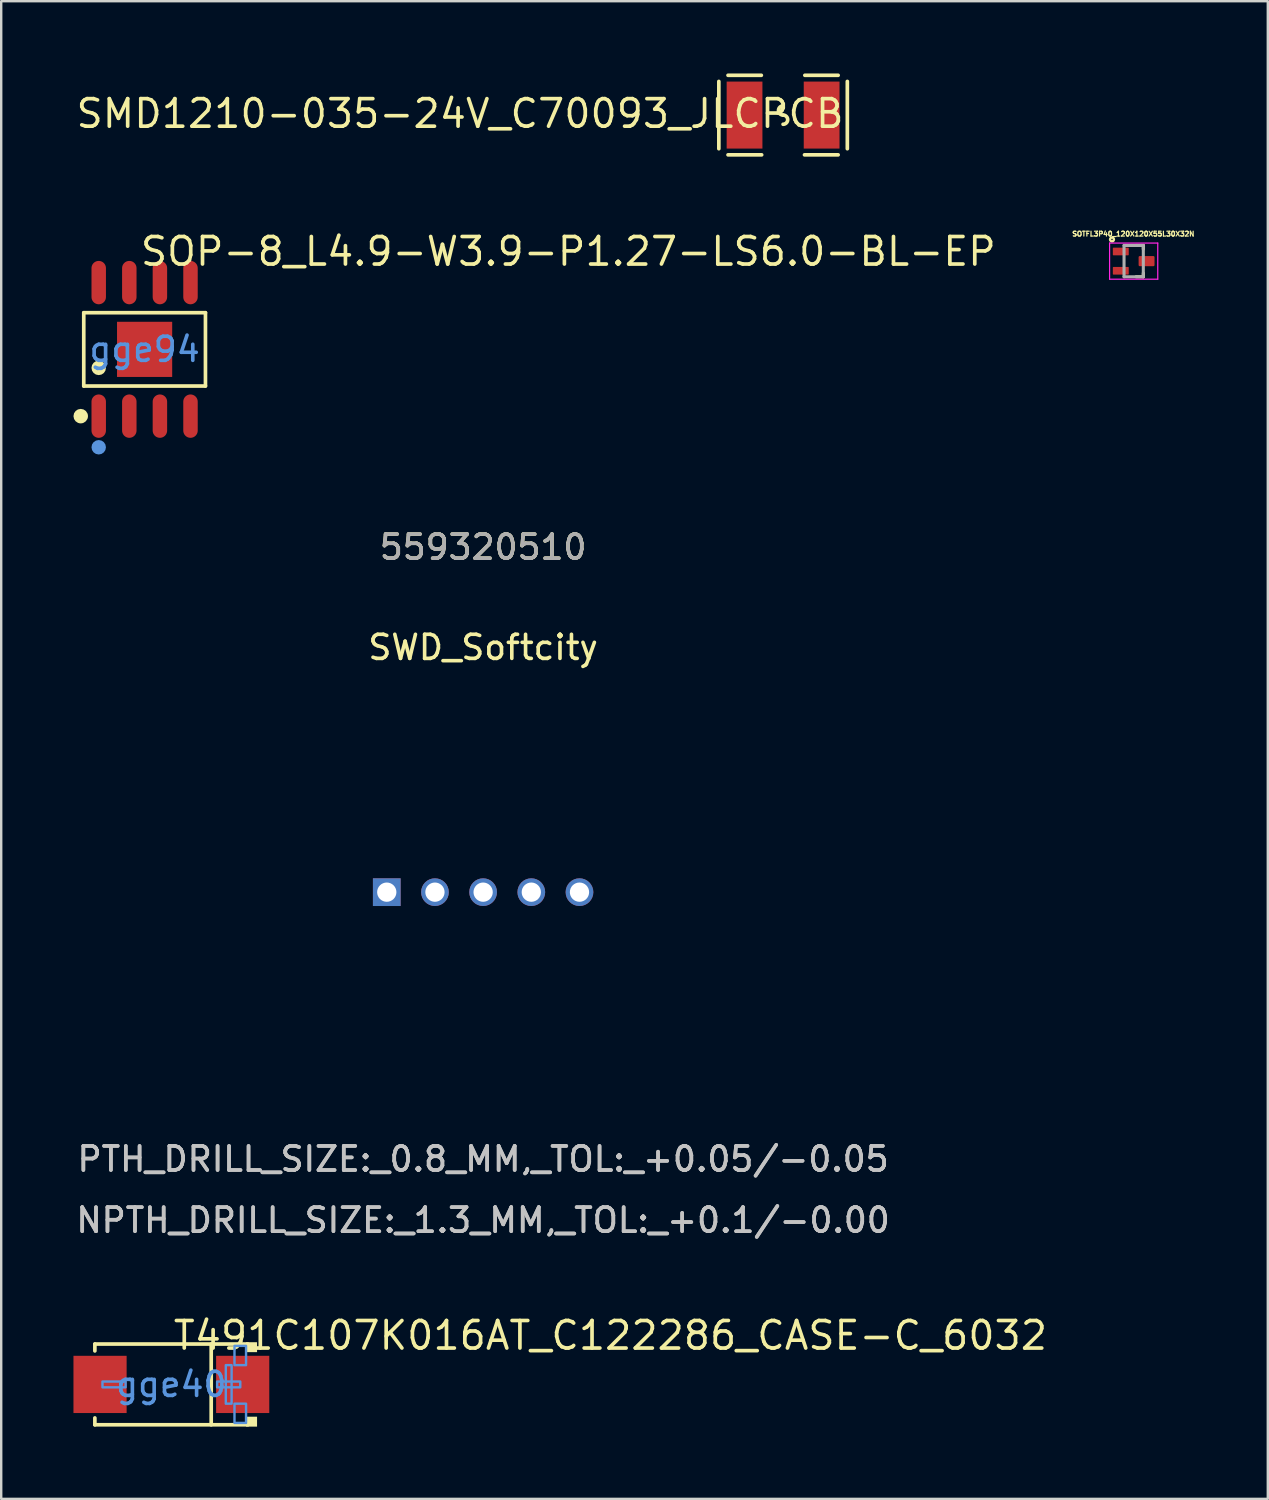
<source format=kicad_pcb>
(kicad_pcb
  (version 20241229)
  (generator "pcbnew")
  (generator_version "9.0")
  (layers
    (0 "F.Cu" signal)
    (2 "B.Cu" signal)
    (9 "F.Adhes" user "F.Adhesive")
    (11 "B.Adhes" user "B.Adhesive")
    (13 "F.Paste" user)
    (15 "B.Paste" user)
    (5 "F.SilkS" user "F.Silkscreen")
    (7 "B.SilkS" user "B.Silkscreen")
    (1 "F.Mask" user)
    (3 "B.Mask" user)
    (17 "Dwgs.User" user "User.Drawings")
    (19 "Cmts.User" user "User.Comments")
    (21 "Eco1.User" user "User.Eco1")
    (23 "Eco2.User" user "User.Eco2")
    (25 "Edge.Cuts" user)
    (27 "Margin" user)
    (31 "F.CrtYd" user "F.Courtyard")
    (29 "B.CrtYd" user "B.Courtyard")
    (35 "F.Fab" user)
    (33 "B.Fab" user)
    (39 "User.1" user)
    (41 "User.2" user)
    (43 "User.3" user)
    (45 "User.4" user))
  (footprint "SMD1210-035-24V_C70093_JLCPCB"
    (layer "F.Cu")
    (at 29.458 1.727)
    (property "Reference" "SMD1210-035-24V_C70093_JLCPCB" (at 2.61 -0.06 0) (layer "F.SilkS") (effects (font (size 1.143 1.143) (thickness 0.152)) (justify right)))
    (attr smd)
    (fp_line (start -2.667 -1.397) (end -2.667 1.397) (stroke (width 0.152) (type solid)) (layer "F.SilkS"))
    (fp_line (start -2.286 -1.651) (end -0.903 -1.651) (stroke (width 0.152) (type solid)) (layer "F.SilkS"))
    (fp_line (start -0.889 1.651) (end -2.286 1.651) (stroke (width 0.152) (type solid)) (layer "F.SilkS"))
    (fp_line (start 0.889 1.651) (end 2.286 1.651) (stroke (width 0.152) (type solid)) (layer "F.SilkS"))
    (fp_line (start 2.286 -1.651) (end 0.903 -1.651) (stroke (width 0.152) (type solid)) (layer "F.SilkS"))
    (fp_line (start 2.667 -1.397) (end 2.667 1.397) (stroke (width 0.152) (type solid)) (layer "F.SilkS"))
    (fp_arc (start 0 0) (mid -0.191 -0.191) (end 0 -0.382) (stroke (width 0.152) (type solid)) (layer "F.SilkS"))
    (fp_arc (start 0 0) (mid 0.191 0.191) (end 0 0.382) (stroke (width 0.152) (type solid)) (layer "F.SilkS"))
    (fp_poly (pts (xy -0.858 1.29) (xy -0.858 0.573) (xy -0.958 0.473) (xy -1.262 0.473) (xy -1.362 0.373) (xy -1.362 -0.373) (xy -1.262 -0.473) (xy -0.958 -0.473) (xy -0.858 -0.573) (xy -0.858 -1.29) (xy -0.958 -1.39) (xy -2.242 -1.39) (xy -2.342 -1.29) (xy -2.342 1.29) (xy -2.242 1.39) (xy -0.958 1.39)) (stroke (width 0) (type solid)) (fill yes) (layer "F.Paste"))
    (fp_poly (pts (xy 0.858 1.29) (xy 0.858 0.573) (xy 0.958 0.473) (xy 1.262 0.473) (xy 1.362 0.373) (xy 1.362 -0.373) (xy 1.262 -0.473) (xy 0.958 -0.473) (xy 0.858 -0.573) (xy 0.858 -1.29) (xy 0.958 -1.39) (xy 2.242 -1.39) (xy 2.342 -1.29) (xy 2.342 1.29) (xy 2.242 1.39) (xy 0.958 1.39)) (stroke (width 0) (type solid)) (fill yes) (layer "F.Paste"))
    (pad "1" smd rect (at -1.6 0) (size 1.485 2.781) (layers "F.Cu" "F.Mask" "F.Paste"))
    (pad "2" smd rect (at 1.6 0) (size 1.485 2.781) (layers "F.Cu" "F.Mask" "F.Paste")))
  (footprint "T491C107K016AT_C122286_CASE-C_6032"
    (layer "F.Cu")
    (at 4.064 54.421)
    (property "Reference" "T491C107K016AT_C122286_CASE-C_6032" (at 0 -2.032 0) (layer "F.SilkS") (effects (font (size 1.143 1.143) (thickness 0.152)) (justify left)))
    (attr smd)
    (fp_line (start -3.176 -1.676) (end -3.176 -1.391) (stroke (width 0.152) (type solid)) (layer "F.SilkS"))
    (fp_line (start -3.176 -1.676) (end 3.176 -1.676) (stroke (width 0.152) (type solid)) (layer "F.SilkS"))
    (fp_line (start -3.176 1.676) (end -3.176 1.391) (stroke (width 0.152) (type solid)) (layer "F.SilkS"))
    (fp_line (start -3.176 1.676) (end 3.176 1.676) (stroke (width 0.152) (type solid)) (layer "F.SilkS"))
    (fp_line (start 1.654 -1.676) (end 1.654 1.676) (stroke (width 0.152) (type solid)) (layer "F.SilkS"))
    (fp_poly (pts (xy 3.1 -1.752) (xy 3.1 -1.34) (xy 3.557 -1.34) (xy 3.557 -1.752)) (stroke (width 0) (type solid)) (fill yes) (layer "F.SilkS"))
    (fp_poly (pts (xy 3.1 1.752) (xy 3.1 1.34) (xy 3.557 1.34) (xy 3.557 1.752)) (stroke (width 0) (type solid)) (fill yes) (layer "F.SilkS"))
    (fp_poly (pts (xy -2.86 0.12) (xy -2.86 -0.12) (xy -1.9 -0.12) (xy -1.9 0.12)) (stroke (width 0.1) (type solid)) (fill no) (layer "Cmts.User"))
    (fp_poly (pts (xy 2.5 0.8) (xy 2.5 -0.8) (xy 2.26 -0.8) (xy 2.26 0.8)) (stroke (width 0.1) (type solid)) (fill no) (layer "Cmts.User"))
    (fp_poly (pts (xy 2.86 0.12) (xy 2.86 -0.12) (xy 1.9 -0.12) (xy 1.9 0.12)) (stroke (width 0.1) (type solid)) (fill no) (layer "Cmts.User"))
    (fp_poly (pts (xy 3.1 -1.6) (xy 3.1 -0.8) (xy 2.62 -0.8) (xy 2.62 -1.6)) (stroke (width 0.1) (type solid)) (fill no) (layer "Cmts.User"))
    (fp_poly (pts (xy 3.1 1.6) (xy 3.1 0.8) (xy 2.62 0.8) (xy 2.62 1.6)) (stroke (width 0.1) (type solid)) (fill no) (layer "Cmts.User"))
    (fp_text user "gge40" (at 0 0 0) (layer "Cmts.User") (effects (font (size 1 1) (thickness 0.15))))
    (pad "1" smd rect (at 2.961 0) (size 2.207 2.376) (layers "F.Cu" "F.Mask" "F.Paste"))
    (pad "2" smd rect (at -2.961 0) (size 2.207 2.376) (layers "F.Cu" "F.Mask" "F.Paste")))
  (footprint "SOTFL3P40_120X120X55L30X32N"
    (layer "F.Cu")
    (at 44.012 7.79)
    (property "Reference" "SOTFL3P40_120X120X55L30X32N" (at -0.015 -1.131 0) (layer "F.SilkS") (effects (font (size 0.201 0.201) (thickness 0.15))))
    (attr through_hole)
    (fp_line (start 0.1 -0.65) (end 0.4 -0.65) (stroke (width 0.127) (type solid)) (layer "F.SilkS"))
    (fp_line (start 0.4 -0.65) (end 0.4 -0.5) (stroke (width 0.127) (type solid)) (layer "F.SilkS"))
    (fp_line (start 0.4 0.5) (end 0.4 0.65) (stroke (width 0.127) (type solid)) (layer "F.SilkS"))
    (fp_line (start 0.4 0.65) (end 0.1 0.65) (stroke (width 0.127) (type solid)) (layer "F.SilkS"))
    (fp_circle (center -0.9 -0.9) (end -0.82 -0.9) (stroke (width 0.1) (type solid)) (fill no) (layer "F.SilkS"))
    (fp_line (start -1 -0.75) (end -1 0.75) (stroke (width 0.05) (type solid)) (layer "F.CrtYd"))
    (fp_line (start -1 0.75) (end 1 0.75) (stroke (width 0.05) (type solid)) (layer "F.CrtYd"))
    (fp_line (start 1 -0.75) (end -1 -0.75) (stroke (width 0.05) (type solid)) (layer "F.CrtYd"))
    (fp_line (start 1 0.75) (end 1 -0.75) (stroke (width 0.05) (type solid)) (layer "F.CrtYd"))
    (fp_line (start -0.4 -0.65) (end 0.4 -0.65) (stroke (width 0.127) (type solid)) (layer "F.Fab"))
    (fp_line (start -0.4 0.65) (end -0.4 -0.65) (stroke (width 0.127) (type solid)) (layer "F.Fab"))
    (fp_line (start 0.4 -0.65) (end 0.4 0.65) (stroke (width 0.127) (type solid)) (layer "F.Fab"))
    (fp_line (start 0.4 0.65) (end -0.4 0.65) (stroke (width 0.127) (type solid)) (layer "F.Fab"))
    (pad "1" smd roundrect (at -0.535 -0.4) (size 0.66 0.32) (layers "F.Cu" "F.Mask" "F.Paste") (roundrect_rratio 0.09))
    (pad "2" smd roundrect (at -0.535 0.4) (size 0.66 0.32) (layers "F.Cu" "F.Mask" "F.Paste") (roundrect_rratio 0.09))
    (pad "3" smd roundrect (at 0.535 0) (size 0.66 0.42) (layers "F.Cu" "F.Mask" "F.Paste") (roundrect_rratio 0.11)))
  (footprint "SWD_Softcity"
    (layer "F.Cu")
    (at 13.006 33.986)
    (property "Reference" "SWD_Softcity" (at 4 -10.16 0) (layer "F.SilkS") (effects (font (size 1 1) (thickness 0.15))))
    (attr through_hole)
    (fp_text user "559320510" (at 4 -14.32 0) (layer "F.SilkS") (effects (font (size 1 1) (thickness 0.15))))
    (fp_text user "NPTH_DRILL_SIZE:_1.3_MM,_TOL:_+0.1/-0.00" (at 4 13.62 0) (layer "Dwgs.User") (effects (font (size 1 1) (thickness 0.15))))
    (fp_text user "PTH_DRILL_SIZE:_0.8_MM,_TOL:_+0.05/-0.05" (at 4 11.08 0) (layer "Dwgs.User") (effects (font (size 1 1) (thickness 0.15))))
    (fp_text user "PTH_DRILL_SIZE:_0.8_MM,_TOL:_+0.05/-0.05" (at 4 11.08 0) (layer "Dwgs.User") (effects (font (size 1 1) (thickness 0.15))))
    (fp_text user "NPTH_DRILL_SIZE:_1.3_MM,_TOL:_+0.1/-0.00" (at 4 13.62 0) (layer "Dwgs.User") (effects (font (size 1 1) (thickness 0.15))))
    (fp_text user "559320510" (at 4 -14.32 0) (layer "F.Fab") (effects (font (size 1 1) (thickness 0.15))))
    (pad "1" thru_hole rect (at 0 0) (size 1.15 1.15) (drill 0.8) (layers "*.Cu" "*.Mask"))
    (pad "2" thru_hole circle (at 2 0) (size 1.15 1.15) (drill 0.8) (layers "*.Cu" "*.Mask"))
    (pad "3" thru_hole circle (at 4 0) (size 1.15 1.15) (drill 0.8) (layers "*.Cu" "*.Mask"))
    (pad "4" thru_hole circle (at 6 0) (size 1.15 1.15) (drill 0.8) (layers "*.Cu" "*.Mask"))
    (pad "5" thru_hole circle (at 8 0) (size 1.15 1.15) (drill 0.8) (layers "*.Cu" "*.Mask")))
  (footprint "SOP-8_L4.9-W3.9-P1.27-LS6.0-BL-EP"
    (layer "F.Cu")
    (at 2.953 11.453)
    (property "Reference" "SOP-8_L4.9-W3.9-P1.27-LS6.0-BL-EP" (at -0.254 -4.064 0) (layer "F.SilkS") (effects (font (size 1.143 1.143) (thickness 0.152)) (justify left)))
    (attr smd)
    (fp_line (start -2.526 -1.521) (end 2.526 -1.521) (stroke (width 0.152) (type solid)) (layer "F.SilkS"))
    (fp_line (start -2.526 1.521) (end -2.526 -1.521) (stroke (width 0.152) (type solid)) (layer "F.SilkS"))
    (fp_line (start 2.526 -1.521) (end 2.526 1.521) (stroke (width 0.152) (type solid)) (layer "F.SilkS"))
    (fp_line (start 2.526 1.521) (end -2.526 1.521) (stroke (width 0.152) (type solid)) (layer "F.SilkS"))
    (fp_circle (center -2.652 2.772) (end -2.501 2.772) (stroke (width 0.3) (type solid)) (fill no) (layer "F.SilkS"))
    (fp_circle (center -1.905 0.769) (end -1.755 0.769) (stroke (width 0.3) (type solid)) (fill no) (layer "F.SilkS"))
    (fp_circle (center -1.905 4.064) (end -1.755 4.064) (stroke (width 0.3) (type solid)) (fill no) (layer "Cmts.User"))
    (fp_text user "gge94" (at 0 0 0) (layer "Cmts.User") (effects (font (size 1 1) (thickness 0.15))))
    (pad "1" smd oval (at -1.905 2.772) (size 0.6 1.8) (layers "F.Cu" "F.Mask" "F.Paste"))
    (pad "2" smd oval (at -0.635 2.772) (size 0.6 1.8) (layers "F.Cu" "F.Mask" "F.Paste"))
    (pad "3" smd oval (at 0.635 2.772) (size 0.6 1.8) (layers "F.Cu" "F.Mask" "F.Paste"))
    (pad "4" smd oval (at 1.905 2.772) (size 0.6 1.8) (layers "F.Cu" "F.Mask" "F.Paste"))
    (pad "5" smd oval (at 1.905 -2.772) (size 0.6 1.8) (layers "F.Cu" "F.Mask" "F.Paste"))
    (pad "6" smd oval (at 0.635 -2.772) (size 0.6 1.8) (layers "F.Cu" "F.Mask" "F.Paste"))
    (pad "7" smd oval (at -0.635 -2.772) (size 0.6 1.8) (layers "F.Cu" "F.Mask" "F.Paste"))
    (pad "8" smd oval (at -1.905 -2.772) (size 0.6 1.8) (layers "F.Cu" "F.Mask" "F.Paste"))
    (pad "9" smd rect (at 0 0) (size 2.29 2.29) (layers "F.Cu" "F.Mask" "F.Paste")))
  (gr_rect
    (start -3 -3)
    (end 49.58 59.173)
    (stroke (width 0.1) (type default))
    (fill no)
    (layer "Edge.Cuts")))
</source>
